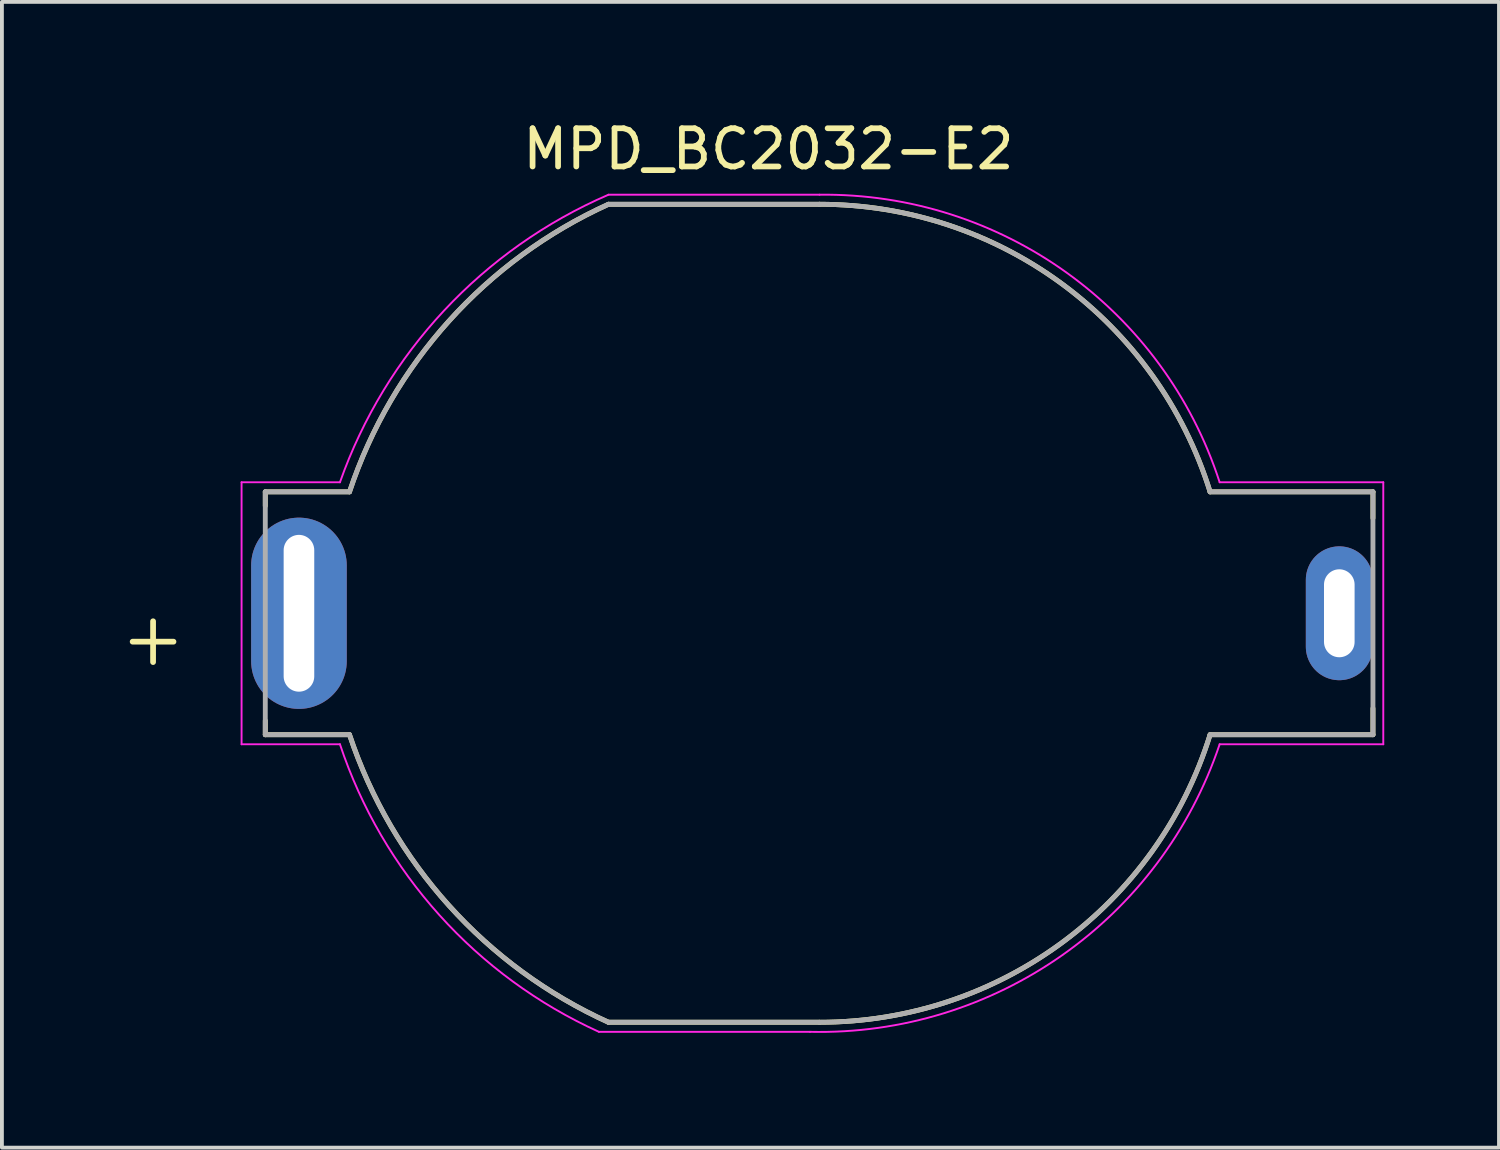
<source format=kicad_pcb>
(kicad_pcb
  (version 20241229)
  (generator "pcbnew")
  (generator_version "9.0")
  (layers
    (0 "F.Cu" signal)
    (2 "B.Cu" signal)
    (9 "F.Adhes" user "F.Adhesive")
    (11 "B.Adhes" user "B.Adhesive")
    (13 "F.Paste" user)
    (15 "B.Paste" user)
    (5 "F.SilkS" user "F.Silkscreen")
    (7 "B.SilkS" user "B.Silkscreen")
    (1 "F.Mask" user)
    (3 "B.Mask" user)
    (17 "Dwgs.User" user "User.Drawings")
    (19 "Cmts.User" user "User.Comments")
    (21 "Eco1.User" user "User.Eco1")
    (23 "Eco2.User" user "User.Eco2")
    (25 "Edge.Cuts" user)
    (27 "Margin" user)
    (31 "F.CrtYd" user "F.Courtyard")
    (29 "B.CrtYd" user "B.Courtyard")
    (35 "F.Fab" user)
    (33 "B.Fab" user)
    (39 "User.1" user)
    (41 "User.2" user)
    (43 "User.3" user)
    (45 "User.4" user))
  (footprint "MPD_BC2032-E2"
    (layer "F.Cu")
    (at 18.366 12.984)
    (property "Reference" "MPD_BC2032-E2" (at -1.325 -12.136 0) (layer "F.SilkS") (effects (font (size 1 1) (thickness 0.15))))
    (attr through_hole)
    (fp_line (start -14.48 -3.175) (end -14.48 -2.806) (stroke (width 0.127) (type solid)) (layer "F.SilkS"))
    (fp_line (start -14.48 2.806) (end -14.48 3.175) (stroke (width 0.127) (type solid)) (layer "F.SilkS"))
    (fp_line (start -14.48 3.175) (end -12.278 3.175) (stroke (width 0.127) (type solid)) (layer "F.SilkS"))
    (fp_line (start -12.278 -3.175) (end -14.48 -3.175) (stroke (width 0.127) (type solid)) (layer "F.SilkS"))
    (fp_line (start -5.507 10.693) (end 0.01 10.693) (stroke (width 0.127) (type solid)) (layer "F.SilkS"))
    (fp_line (start 0.01 -10.693) (end -5.507 -10.693) (stroke (width 0.127) (type solid)) (layer "F.SilkS"))
    (fp_line (start 10.222 3.175) (end 14.48 3.175) (stroke (width 0.127) (type solid)) (layer "F.SilkS"))
    (fp_line (start 14.48 -3.175) (end 10.222 -3.175) (stroke (width 0.127) (type solid)) (layer "F.SilkS"))
    (fp_line (start 14.48 -2.487) (end 14.48 -3.175) (stroke (width 0.127) (type solid)) (layer "F.SilkS"))
    (fp_line (start 14.48 3.175) (end 14.48 2.487) (stroke (width 0.127) (type solid)) (layer "F.SilkS"))
    (fp_arc (start -12.278 -3.175) (mid -9.677741 -7.641197) (end -5.50733 -10.6934) (stroke (width 0.127) (type solid)) (layer "F.SilkS"))
    (fp_arc (start -5.50733 10.6934) (mid -9.677741 7.641198) (end -12.278 3.175) (stroke (width 0.127) (type solid)) (layer "F.SilkS"))
    (fp_arc (start 0.010472 -10.6934) (mid 6.350736 -8.611058) (end 10.2217 -3.175) (stroke (width 0.127) (type solid)) (layer "F.SilkS"))
    (fp_arc (start 10.2217 3.175) (mid 6.350736 8.611059) (end 0.010472 10.693401) (stroke (width 0.127) (type solid)) (layer "F.SilkS"))
    (fp_line (start -15.1 -3.425) (end -15.1 3.425) (stroke (width 0.05) (type solid)) (layer "F.CrtYd"))
    (fp_line (start -15.1 3.425) (end -12.528 3.425) (stroke (width 0.05) (type solid)) (layer "F.CrtYd"))
    (fp_line (start -12.528 -3.425) (end -15.1 -3.425) (stroke (width 0.05) (type solid)) (layer "F.CrtYd"))
    (fp_line (start -5.757 10.943) (end -0.24 10.943) (stroke (width 0.05) (type solid)) (layer "F.CrtYd"))
    (fp_line (start 0.01 -10.943) (end -5.507 -10.943) (stroke (width 0.05) (type solid)) (layer "F.CrtYd"))
    (fp_line (start 10.472 3.425) (end 14.75 3.425) (stroke (width 0.05) (type solid)) (layer "F.CrtYd"))
    (fp_line (start 14.75 -3.425) (end 10.472 -3.425) (stroke (width 0.05) (type solid)) (layer "F.CrtYd"))
    (fp_line (start 14.75 3.425) (end 14.75 -3.425) (stroke (width 0.05) (type solid)) (layer "F.CrtYd"))
    (fp_arc (start -12.528 -3.425) (mid -9.802741 -7.917303) (end -5.50733 -10.9434) (stroke (width 0.05) (type solid)) (layer "F.CrtYd"))
    (fp_arc (start -5.75733 10.9434) (mid -9.927741 7.891198) (end -12.528 3.425) (stroke (width 0.05) (type solid)) (layer "F.CrtYd"))
    (fp_arc (start 0.010472 -10.9434) (mid 6.475736 -8.902112) (end 10.4717 -3.425) (stroke (width 0.05) (type solid)) (layer "F.CrtYd"))
    (fp_arc (start 10.4717 3.425) (mid 6.350735 8.943167) (end -0.239529 10.9434) (stroke (width 0.05) (type solid)) (layer "F.CrtYd"))
    (fp_line (start -14.48 -3.175) (end -14.48 3.175) (stroke (width 0.127) (type solid)) (layer "F.Fab"))
    (fp_line (start -14.48 3.175) (end -12.278 3.175) (stroke (width 0.127) (type solid)) (layer "F.Fab"))
    (fp_line (start -12.278 -3.175) (end -14.48 -3.175) (stroke (width 0.127) (type solid)) (layer "F.Fab"))
    (fp_line (start -5.507 10.693) (end 0.01 10.693) (stroke (width 0.127) (type solid)) (layer "F.Fab"))
    (fp_line (start 0.01 -10.693) (end -5.507 -10.693) (stroke (width 0.127) (type solid)) (layer "F.Fab"))
    (fp_line (start 10.222 3.175) (end 14.48 3.175) (stroke (width 0.127) (type solid)) (layer "F.Fab"))
    (fp_line (start 14.48 -3.175) (end 10.222 -3.175) (stroke (width 0.127) (type solid)) (layer "F.Fab"))
    (fp_line (start 14.48 3.175) (end 14.48 -3.175) (stroke (width 0.127) (type solid)) (layer "F.Fab"))
    (fp_arc (start -12.278 -3.175) (mid -9.677741 -7.641197) (end -5.50733 -10.6934) (stroke (width 0.127) (type solid)) (layer "F.Fab"))
    (fp_arc (start -5.50733 10.6934) (mid -9.677741 7.641198) (end -12.278 3.175) (stroke (width 0.127) (type solid)) (layer "F.Fab"))
    (fp_arc (start 0.010472 -10.6934) (mid 6.350736 -8.611058) (end 10.2217 -3.175) (stroke (width 0.127) (type solid)) (layer "F.Fab"))
    (fp_arc (start 10.2217 3.175) (mid 6.350736 8.611059) (end 0.010472 10.693401) (stroke (width 0.127) (type solid)) (layer "F.Fab"))
    (fp_text user "+" (at -17.414 0.636 0) (layer "F.SilkS") (effects (font (size 1.401 1.401) (thickness 0.15))))
    (pad "N" thru_hole oval (at 13.6 0) (size 1.75 3.5) (drill oval 0.8 2.3) (layers "*.Cu" "*.Mask"))
    (pad "P" thru_hole oval (at -13.6 0) (size 2.5 5) (drill oval 0.8 4.1) (layers "*.Cu" "*.Mask")))
  (gr_rect
    (start -3 -3)
    (end 36.141 26.955)
    (stroke (width 0.1) (type default))
    (fill no)
    (layer "Edge.Cuts")))
</source>
